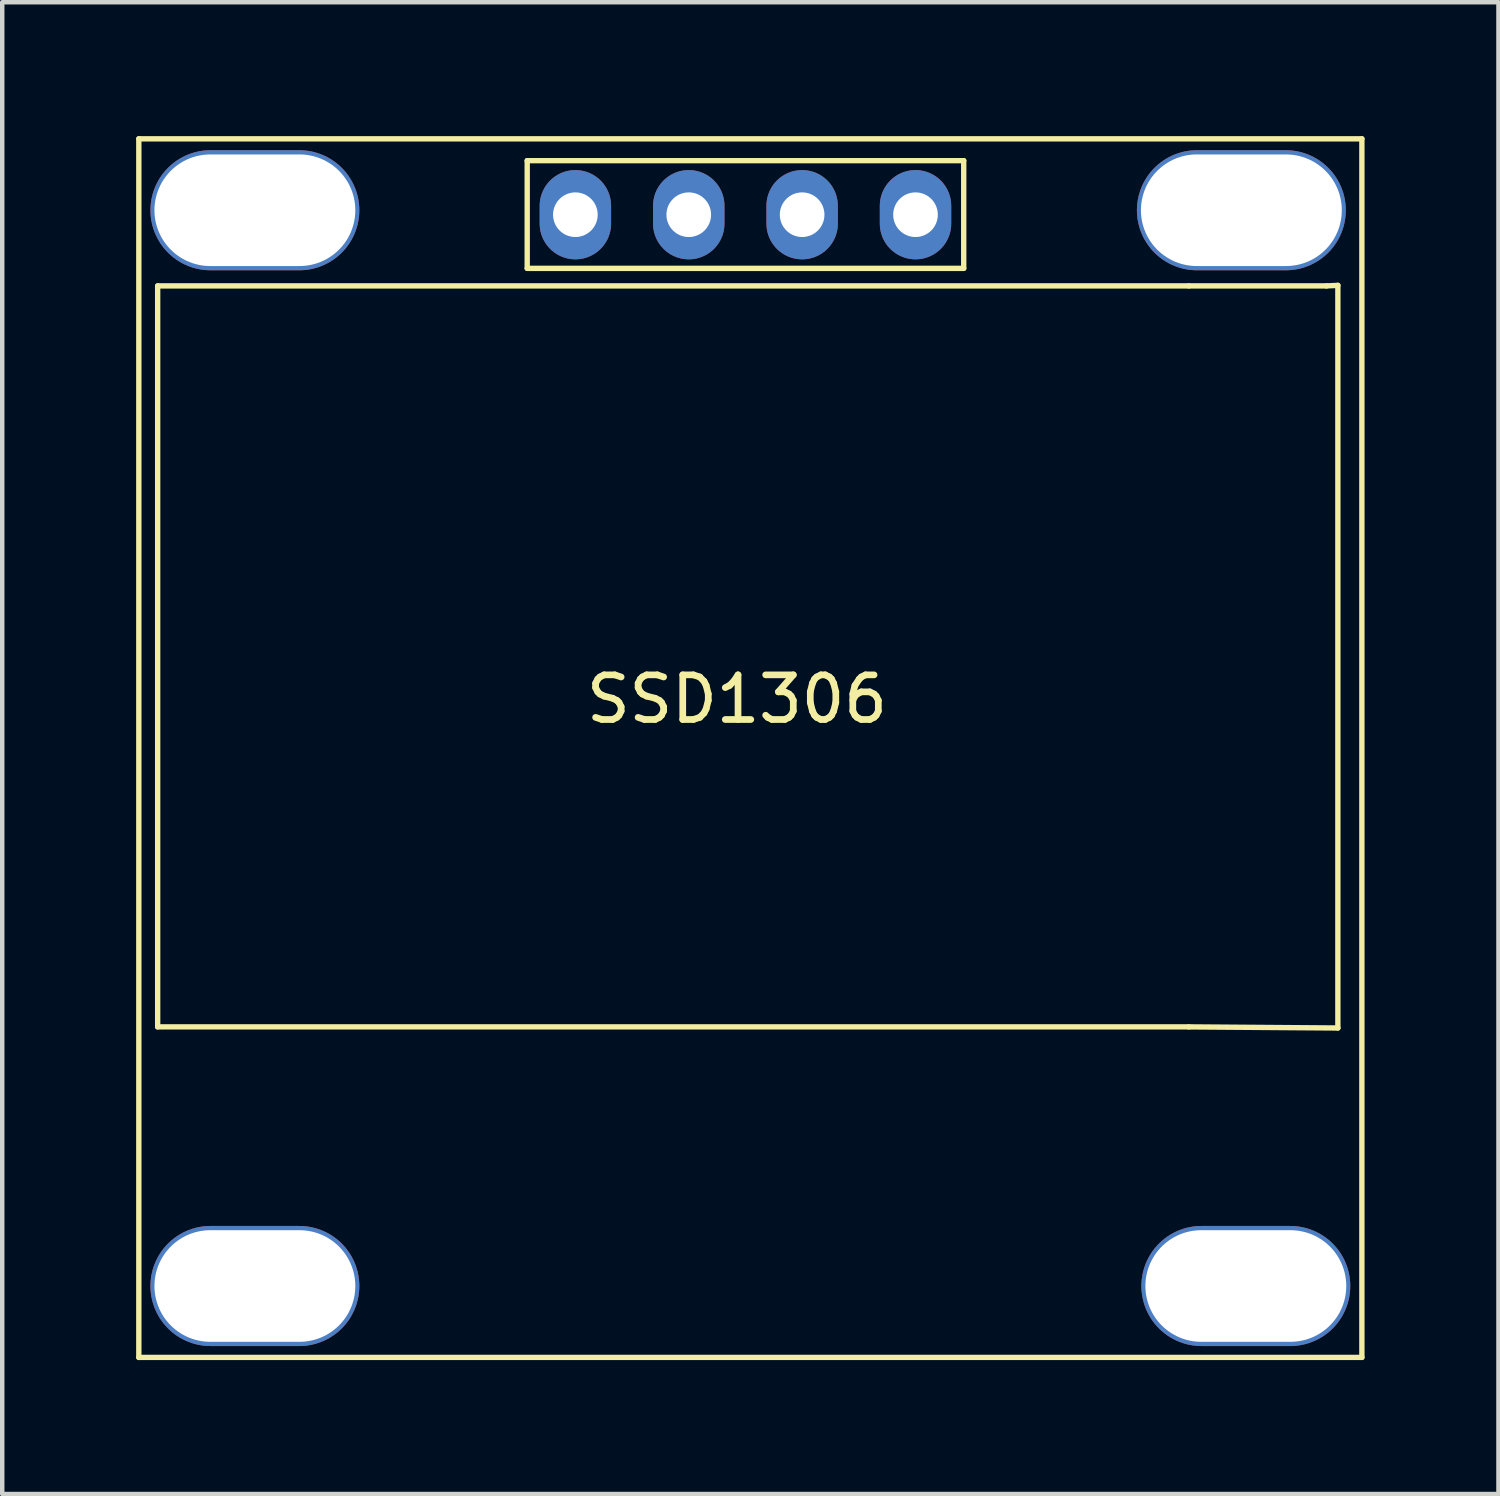
<source format=kicad_pcb>
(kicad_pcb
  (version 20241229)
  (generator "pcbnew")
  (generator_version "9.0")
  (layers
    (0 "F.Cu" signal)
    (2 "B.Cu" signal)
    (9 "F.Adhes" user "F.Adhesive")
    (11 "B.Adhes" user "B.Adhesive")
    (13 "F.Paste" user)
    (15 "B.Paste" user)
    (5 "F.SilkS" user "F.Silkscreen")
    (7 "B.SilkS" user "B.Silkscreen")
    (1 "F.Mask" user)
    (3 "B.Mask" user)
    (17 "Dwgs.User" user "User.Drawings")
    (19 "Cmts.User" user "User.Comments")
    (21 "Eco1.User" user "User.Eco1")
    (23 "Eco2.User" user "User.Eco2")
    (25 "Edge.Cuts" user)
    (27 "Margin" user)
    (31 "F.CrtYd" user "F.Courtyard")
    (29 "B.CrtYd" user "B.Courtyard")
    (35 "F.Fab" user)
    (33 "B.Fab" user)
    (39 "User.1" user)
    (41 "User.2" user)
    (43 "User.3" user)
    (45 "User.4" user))
  (footprint "SSD1306"
    (layer "F.Cu")
    (at 13.46 12.36)
    (property "Reference" "SSD1306" (at 0 0.254 0) (layer "F.SilkS") (effects (font (size 1 1) (thickness 0.15))))
    (attr through_hole)
    (fp_line (start -13.4 -12.3) (end 14 -12.3) (stroke (width 0.12) (type solid)) (layer "F.SilkS"))
    (fp_line (start -13.4 15) (end -13.4 -12.3) (stroke (width 0.12) (type solid)) (layer "F.SilkS"))
    (fp_line (start -12.978 -9.005) (end 10.122 -9.005) (stroke (width 0.12) (type solid)) (layer "F.SilkS"))
    (fp_line (start -12.978 7.595) (end -12.978 -9.005) (stroke (width 0.12) (type solid)) (layer "F.SilkS"))
    (fp_line (start -4.699 -11.811) (end -4.699 -9.398) (stroke (width 0.12) (type solid)) (layer "F.SilkS"))
    (fp_line (start -4.699 -11.811) (end 5.08 -11.811) (stroke (width 0.12) (type solid)) (layer "F.SilkS"))
    (fp_line (start 5.08 -11.811) (end 5.08 -9.398) (stroke (width 0.12) (type solid)) (layer "F.SilkS"))
    (fp_line (start 5.08 -9.398) (end -4.699 -9.398) (stroke (width 0.12) (type solid)) (layer "F.SilkS"))
    (fp_line (start 10.122 -9.005) (end 13.208 -9.005) (stroke (width 0.12) (type solid)) (layer "F.SilkS"))
    (fp_line (start 10.122 7.595) (end -12.978 7.595) (stroke (width 0.12) (type solid)) (layer "F.SilkS"))
    (fp_line (start 10.122 7.595) (end 13.462 7.62) (stroke (width 0.12) (type solid)) (layer "F.SilkS"))
    (fp_line (start 13.462 -9.017) (end 13.208 -9.005) (stroke (width 0.12) (type solid)) (layer "F.SilkS"))
    (fp_line (start 13.462 7.62) (end 13.462 -9.017) (stroke (width 0.12) (type solid)) (layer "F.SilkS"))
    (fp_line (start 14 -12.3) (end 14 15) (stroke (width 0.12) (type solid)) (layer "F.SilkS"))
    (fp_line (start 14 15) (end -13.4 15) (stroke (width 0.12) (type solid)) (layer "F.SilkS"))
    (pad "" thru_hole oval (at -10.8 -10.7 180) (size 4.68 2.69) (drill oval 4.5 2.5) (layers "*.Cu" "*.Mask"))
    (pad "" thru_hole oval (at -10.8 13.4 180) (size 4.68 2.69) (drill oval 4.5 2.5) (layers "*.Cu" "*.Mask"))
    (pad "" thru_hole oval (at 11.3 -10.7 180) (size 4.68 2.69) (drill oval 4.5 2.5) (layers "*.Cu" "*.Mask"))
    (pad "" thru_hole oval (at 11.4 13.4 180) (size 4.68 2.69) (drill oval 4.5 2.5) (layers "*.Cu" "*.Mask"))
    (pad "1" thru_hole oval (at -3.62 -10.6 90) (size 2 1.6) (drill 1) (layers "*.Cu" "B.Mask"))
    (pad "2" thru_hole oval (at -1.08 -10.6 90) (size 2 1.6) (drill 1) (layers "*.Cu" "B.Mask"))
    (pad "3" thru_hole oval (at 1.46 -10.6 90) (size 2 1.6) (drill 1) (layers "*.Cu" "B.Mask"))
    (pad "4" thru_hole oval (at 4 -10.6 90) (size 2 1.6) (drill 1) (layers "*.Cu" "B.Mask")))
  (gr_rect
    (start -3 -3)
    (end 30.52 30.42)
    (stroke (width 0.1) (type default))
    (fill no)
    (layer "Edge.Cuts")))
</source>
